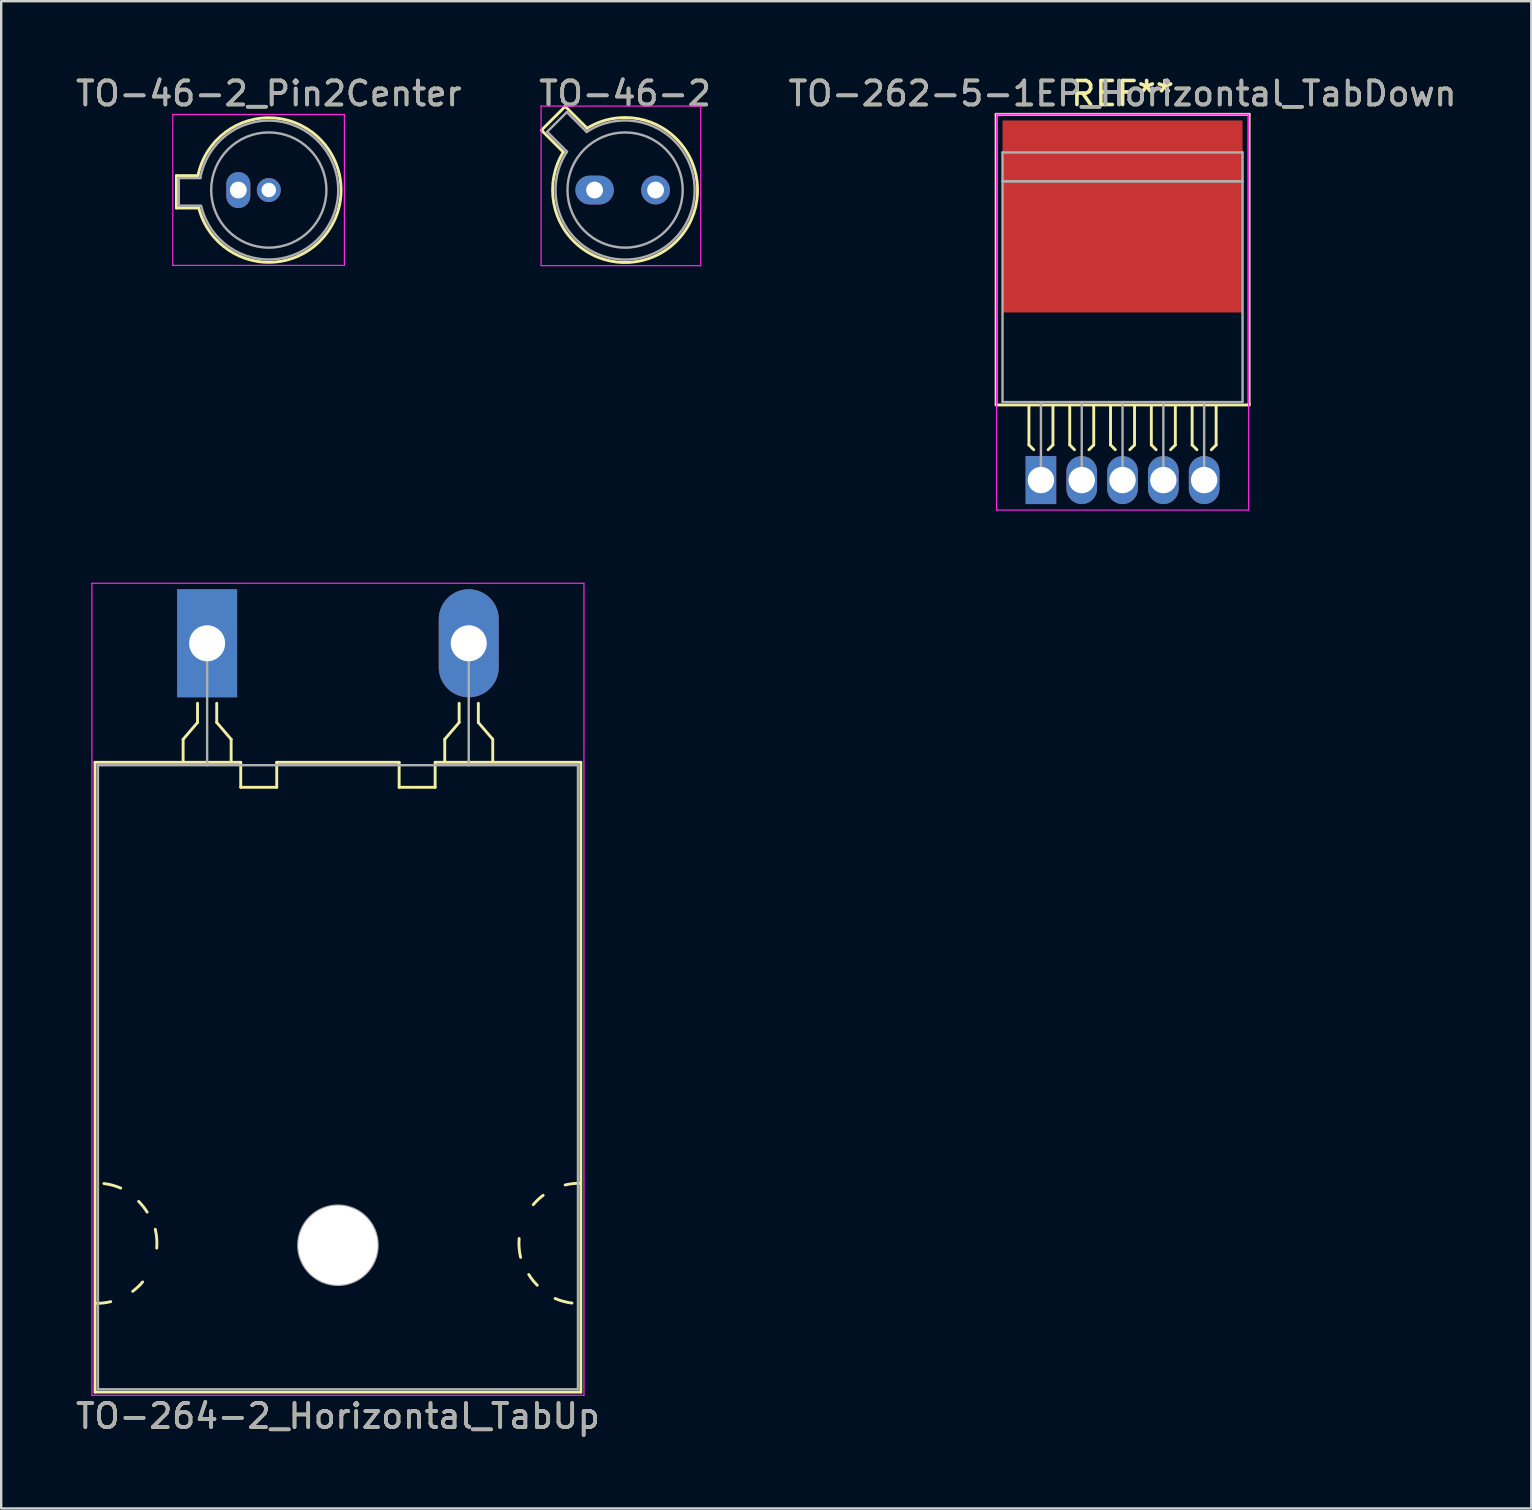
<source format=kicad_pcb>
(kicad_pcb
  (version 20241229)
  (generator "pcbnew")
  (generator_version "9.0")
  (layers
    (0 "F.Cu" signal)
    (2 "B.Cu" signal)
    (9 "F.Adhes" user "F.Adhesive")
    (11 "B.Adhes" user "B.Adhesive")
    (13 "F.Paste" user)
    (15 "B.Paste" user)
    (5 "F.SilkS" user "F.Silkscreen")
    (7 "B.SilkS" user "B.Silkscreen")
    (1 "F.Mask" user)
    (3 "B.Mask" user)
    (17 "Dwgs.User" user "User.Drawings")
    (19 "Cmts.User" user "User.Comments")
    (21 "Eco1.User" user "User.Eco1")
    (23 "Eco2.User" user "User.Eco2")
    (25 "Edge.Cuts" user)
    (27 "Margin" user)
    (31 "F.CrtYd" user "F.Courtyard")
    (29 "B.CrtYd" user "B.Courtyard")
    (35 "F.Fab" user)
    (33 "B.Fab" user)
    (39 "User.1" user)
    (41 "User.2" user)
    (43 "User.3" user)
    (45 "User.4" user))
  (footprint "TO-262-5-1EP_Horizontal_TabDown"
    (layer "F.Cu")
    (at 40.32 16.952)
    (property "Reference" "TO-262-5-1EP_Horizontal_TabDown" (at 3.4 -16.103 0) (layer "F.SilkS") (effects (font (size 1 1) (thickness 0.15))))
    (attr through_hole)
    (fp_line (start -1.867 -15.24) (end 8.674 -15.24) (stroke (width 0.12) (type solid)) (layer "F.SilkS"))
    (fp_line (start -1.867 -3.13) (end -1.867 -15.24) (stroke (width 0.12) (type solid)) (layer "F.SilkS"))
    (fp_line (start -1.867 -3.13) (end 8.674 -3.13) (stroke (width 0.12) (type solid)) (layer "F.SilkS"))
    (fp_line (start -0.5 -3.111) (end -0.5 -1.464) (stroke (width 0.12) (type solid)) (layer "F.SilkS"))
    (fp_line (start -0.5 -1.464) (end -0.3 -1.264) (stroke (width 0.12) (type solid)) (layer "F.SilkS"))
    (fp_line (start 0.5 -3.111) (end 0.5 -1.464) (stroke (width 0.12) (type solid)) (layer "F.SilkS"))
    (fp_line (start 0.5 -1.464) (end 0.3 -1.264) (stroke (width 0.12) (type solid)) (layer "F.SilkS"))
    (fp_line (start 1.2 -3.111) (end 1.2 -1.464) (stroke (width 0.12) (type solid)) (layer "F.SilkS"))
    (fp_line (start 1.2 -1.464) (end 1.4 -1.264) (stroke (width 0.12) (type solid)) (layer "F.SilkS"))
    (fp_line (start 2.2 -3.111) (end 2.2 -1.464) (stroke (width 0.12) (type solid)) (layer "F.SilkS"))
    (fp_line (start 2.2 -1.464) (end 2 -1.264) (stroke (width 0.12) (type solid)) (layer "F.SilkS"))
    (fp_line (start 2.9 -3.111) (end 2.9 -1.464) (stroke (width 0.12) (type solid)) (layer "F.SilkS"))
    (fp_line (start 2.9 -1.464) (end 3.1 -1.264) (stroke (width 0.12) (type solid)) (layer "F.SilkS"))
    (fp_line (start 3.9 -3.111) (end 3.9 -1.464) (stroke (width 0.12) (type solid)) (layer "F.SilkS"))
    (fp_line (start 3.9 -1.464) (end 3.7 -1.264) (stroke (width 0.12) (type solid)) (layer "F.SilkS"))
    (fp_line (start 4.6 -3.111) (end 4.6 -1.464) (stroke (width 0.12) (type solid)) (layer "F.SilkS"))
    (fp_line (start 4.6 -1.464) (end 4.8 -1.264) (stroke (width 0.12) (type solid)) (layer "F.SilkS"))
    (fp_line (start 5.6 -3.111) (end 5.6 -1.464) (stroke (width 0.12) (type solid)) (layer "F.SilkS"))
    (fp_line (start 5.6 -1.464) (end 5.4 -1.264) (stroke (width 0.12) (type solid)) (layer "F.SilkS"))
    (fp_line (start 6.3 -3.111) (end 6.3 -1.464) (stroke (width 0.12) (type solid)) (layer "F.SilkS"))
    (fp_line (start 6.3 -1.464) (end 6.5 -1.264) (stroke (width 0.12) (type solid)) (layer "F.SilkS"))
    (fp_line (start 7.3 -3.111) (end 7.3 -1.464) (stroke (width 0.12) (type solid)) (layer "F.SilkS"))
    (fp_line (start 7.3 -1.464) (end 7.1 -1.264) (stroke (width 0.12) (type solid)) (layer "F.SilkS"))
    (fp_line (start 8.674 -15.24) (end 8.674 -3.175) (stroke (width 0.12) (type solid)) (layer "F.SilkS"))
    (fp_line (start 8.674 -3.175) (end 8.674 -3.13) (stroke (width 0.12) (type solid)) (layer "F.SilkS"))
    (fp_line (start -1.85 -15.24) (end -1.85 1.25) (stroke (width 0.05) (type solid)) (layer "F.CrtYd"))
    (fp_line (start -1.85 1.25) (end 8.65 1.25) (stroke (width 0.05) (type solid)) (layer "F.CrtYd"))
    (fp_line (start 8.65 -15.24) (end -1.85 -15.24) (stroke (width 0.05) (type solid)) (layer "F.CrtYd"))
    (fp_line (start 8.65 1.25) (end 8.65 -15.24) (stroke (width 0.05) (type solid)) (layer "F.CrtYd"))
    (fp_line (start -1.6 -13.65) (end 8.4 -13.65) (stroke (width 0.1) (type solid)) (layer "F.Fab"))
    (fp_line (start -1.6 -12.45) (end -1.6 -13.65) (stroke (width 0.1) (type solid)) (layer "F.Fab"))
    (fp_line (start -1.6 -12.45) (end 8.4 -12.45) (stroke (width 0.1) (type solid)) (layer "F.Fab"))
    (fp_line (start -1.6 -3.25) (end -1.6 -12.45) (stroke (width 0.1) (type solid)) (layer "F.Fab"))
    (fp_line (start 0 -3.25) (end 0 0) (stroke (width 0.1) (type solid)) (layer "F.Fab"))
    (fp_line (start 1.7 -3.25) (end 1.7 0) (stroke (width 0.1) (type solid)) (layer "F.Fab"))
    (fp_line (start 3.4 -3.25) (end 3.4 0) (stroke (width 0.1) (type solid)) (layer "F.Fab"))
    (fp_line (start 5.1 -3.25) (end 5.1 0) (stroke (width 0.1) (type solid)) (layer "F.Fab"))
    (fp_line (start 6.8 -3.25) (end 6.8 0) (stroke (width 0.1) (type solid)) (layer "F.Fab"))
    (fp_line (start 8.4 -13.65) (end 8.4 -12.45) (stroke (width 0.1) (type solid)) (layer "F.Fab"))
    (fp_line (start 8.4 -12.45) (end -1.6 -12.45) (stroke (width 0.1) (type solid)) (layer "F.Fab"))
    (fp_line (start 8.4 -12.45) (end 8.4 -3.25) (stroke (width 0.1) (type solid)) (layer "F.Fab"))
    (fp_line (start 8.4 -3.25) (end -1.6 -3.25) (stroke (width 0.1) (type solid)) (layer "F.Fab"))
    (fp_text user "REF**" (at 3.404 -16.103 0) (layer "F.SilkS") (effects (font (size 1 1) (thickness 0.15))))
    (fp_text user "${REFERENCE}" (at 3.4 -16.103 0) (layer "F.Fab") (effects (font (size 1 1) (thickness 0.15))))
    (pad "1" thru_hole rect (at 0 0) (size 1.275 2) (drill 1.1) (layers "*.Cu" "*.Mask"))
    (pad "2" thru_hole oval (at 1.7 0) (size 1.275 2) (drill 1.1) (layers "*.Cu" "*.Mask"))
    (pad "3" thru_hole oval (at 3.4 0) (size 1.275 2) (drill 1.1) (layers "*.Cu" "*.Mask"))
    (pad "4" thru_hole oval (at 5.1 0) (size 1.275 2) (drill 1.1) (layers "*.Cu" "*.Mask"))
    (pad "5" thru_hole oval (at 6.8 0) (size 1.275 2) (drill 1.1) (layers "*.Cu" "*.Mask"))
    (pad "6" smd rect (at 3.4 -10.983) (size 10 8) (layers "F.Cu" "F.Mask" "F.Paste")))
  (footprint "TO-46-2"
    (layer "F.Cu")
    (at 21.724 4.868)
    (property "Reference" "TO-46-2" (at 1.27 -4.02 0) (layer "F.SilkS") (effects (font (size 1 1) (thickness 0.15))))
    (attr through_hole)
    (fp_line (start -2.214 -2.494) (end -1.302 -1.582) (stroke (width 0.12) (type solid)) (layer "F.SilkS"))
    (fp_line (start -1.224 -3.484) (end -2.214 -2.494) (stroke (width 0.12) (type solid)) (layer "F.SilkS"))
    (fp_line (start -0.312 -2.572) (end -1.224 -3.484) (stroke (width 0.12) (type solid)) (layer "F.SilkS"))
    (fp_arc (start -0.312331 -2.572281) (mid 3.405374 2.135551) (end -1.30215 -1.582544) (stroke (width 0.12) (type solid)) (layer "F.SilkS"))
    (fp_line (start -2.23 -3.5) (end -2.23 3.15) (stroke (width 0.05) (type solid)) (layer "F.CrtYd"))
    (fp_line (start -2.23 3.15) (end 4.42 3.15) (stroke (width 0.05) (type solid)) (layer "F.CrtYd"))
    (fp_line (start 4.42 -3.5) (end -2.23 -3.5) (stroke (width 0.05) (type solid)) (layer "F.CrtYd"))
    (fp_line (start 4.42 3.15) (end 4.42 -3.5) (stroke (width 0.05) (type solid)) (layer "F.CrtYd"))
    (fp_line (start -1.977 -2.426) (end -1.149 -1.599) (stroke (width 0.1) (type solid)) (layer "F.Fab"))
    (fp_line (start -1.156 -3.247) (end -1.977 -2.426) (stroke (width 0.1) (type solid)) (layer "F.Fab"))
    (fp_line (start -0.329 -2.419) (end -1.156 -3.247) (stroke (width 0.1) (type solid)) (layer "F.Fab"))
    (fp_arc (start -0.329057 -2.419301) (mid 3.321076 2.050143) (end -1.150029 -1.597956) (stroke (width 0.1) (type solid)) (layer "F.Fab"))
    (fp_circle (center 1.27 0) (end 3.67 0) (stroke (width 0.1) (type solid)) (fill no) (layer "F.Fab"))
    (fp_text user "${REFERENCE}" (at 1.27 -4.02 0) (layer "F.Fab") (effects (font (size 1 1) (thickness 0.15))))
    (pad "1" thru_hole oval (at 0 0) (size 1.6 1.2) (drill 0.7) (layers "*.Cu" "*.Mask"))
    (pad "2" thru_hole oval (at 2.54 0) (size 1.2 1.2) (drill 0.7) (layers "*.Cu" "*.Mask")))
  (footprint "TO-264-2_Horizontal_TabUp"
    (layer "F.Cu")
    (at 5.58 23.752)
    (property "Reference" "TO-264-2_Horizontal_TabUp" (at 5.45 32.2 0) (layer "F.SilkS") (effects (font (size 1 1) (thickness 0.15))))
    (attr through_hole)
    (fp_line (start -4.67 31.2) (end -4.67 4.96) (stroke (width 0.12) (type solid)) (layer "F.SilkS"))
    (fp_line (start -1 4) (end -1 4.9) (stroke (width 0.12) (type solid)) (layer "F.SilkS"))
    (fp_line (start -0.4 2.5) (end -0.4 3.3) (stroke (width 0.12) (type solid)) (layer "F.SilkS"))
    (fp_line (start -0.4 3.3) (end -1 4) (stroke (width 0.12) (type solid)) (layer "F.SilkS"))
    (fp_line (start 0.4 3.3) (end 0.4 2.5) (stroke (width 0.12) (type solid)) (layer "F.SilkS"))
    (fp_line (start 1 4) (end 0.4 3.3) (stroke (width 0.12) (type solid)) (layer "F.SilkS"))
    (fp_line (start 1 4.9) (end 1 4) (stroke (width 0.12) (type solid)) (layer "F.SilkS"))
    (fp_line (start 1.4 4.96) (end -4.67 4.96) (stroke (width 0.12) (type solid)) (layer "F.SilkS"))
    (fp_line (start 1.4 4.96) (end 1.4 6) (stroke (width 0.12) (type solid)) (layer "F.SilkS"))
    (fp_line (start 1.4 6) (end 2.9 6) (stroke (width 0.12) (type solid)) (layer "F.SilkS"))
    (fp_line (start 2.9 6) (end 2.9 4.96) (stroke (width 0.12) (type solid)) (layer "F.SilkS"))
    (fp_line (start 8 4.96) (end 2.9 4.96) (stroke (width 0.12) (type solid)) (layer "F.SilkS"))
    (fp_line (start 8 6) (end 8 4.96) (stroke (width 0.12) (type solid)) (layer "F.SilkS"))
    (fp_line (start 9.5 4.96) (end 9.5 6) (stroke (width 0.12) (type solid)) (layer "F.SilkS"))
    (fp_line (start 9.5 6) (end 8 6) (stroke (width 0.12) (type solid)) (layer "F.SilkS"))
    (fp_line (start 9.9 4) (end 9.9 4.9) (stroke (width 0.12) (type solid)) (layer "F.SilkS"))
    (fp_line (start 10.5 2.5) (end 10.5 3.3) (stroke (width 0.12) (type solid)) (layer "F.SilkS"))
    (fp_line (start 10.5 3.3) (end 9.9 4) (stroke (width 0.12) (type solid)) (layer "F.SilkS"))
    (fp_line (start 11.3 3.3) (end 11.3 2.5) (stroke (width 0.12) (type solid)) (layer "F.SilkS"))
    (fp_line (start 11.9 4) (end 11.3 3.3) (stroke (width 0.12) (type solid)) (layer "F.SilkS"))
    (fp_line (start 11.9 4.9) (end 11.9 4) (stroke (width 0.12) (type solid)) (layer "F.SilkS"))
    (fp_line (start 15.57 4.96) (end 9.5 4.96) (stroke (width 0.12) (type solid)) (layer "F.SilkS"))
    (fp_line (start 15.57 31.2) (end -4.67 31.2) (stroke (width 0.12) (type solid)) (layer "F.SilkS"))
    (fp_line (start 15.57 31.2) (end 15.57 4.96) (stroke (width 0.12) (type solid)) (layer "F.SilkS"))
    (fp_arc (start -4.301186 22.509879) (mid -3.943673 22.579416) (end -3.600001 22.700001) (stroke (width 0.12) (type solid)) (layer "F.SilkS"))
    (fp_arc (start -4.016568 27.430968) (mid -4.306249 27.482682) (end -4.6 27.5) (stroke (width 0.12) (type solid)) (layer "F.SilkS"))
    (fp_arc (start -2.853576 23.253576) (mid -2.663879 23.466564) (end -2.500001 23.700001) (stroke (width 0.12) (type solid)) (layer "F.SilkS"))
    (fp_arc (start -2.687722 26.610338) (mid -2.882773 26.8169) (end -3.1 26.999999) (stroke (width 0.12) (type solid)) (layer "F.SilkS"))
    (fp_arc (start -2.161266 24.414703) (mid -2.099611 24.804931) (end -2.100001 25.199999) (stroke (width 0.12) (type solid)) (layer "F.SilkS"))
    (fp_arc (start 13.061266 25.585297) (mid 12.999611 25.195069) (end 13.000001 24.800001) (stroke (width 0.12) (type solid)) (layer "F.SilkS"))
    (fp_arc (start 13.587722 23.389662) (mid 13.782773 23.1831) (end 14 23.000001) (stroke (width 0.12) (type solid)) (layer "F.SilkS"))
    (fp_arc (start 13.753576 26.746424) (mid 13.563879 26.533436) (end 13.400001 26.299999) (stroke (width 0.12) (type solid)) (layer "F.SilkS"))
    (fp_arc (start 14.916568 22.569032) (mid 15.206249 22.517318) (end 15.5 22.5) (stroke (width 0.12) (type solid)) (layer "F.SilkS"))
    (fp_arc (start 15.201186 27.490121) (mid 14.843673 27.420584) (end 14.500001 27.299999) (stroke (width 0.12) (type solid)) (layer "F.SilkS"))
    (fp_line (start -4.8 -2.5) (end -4.8 31.33) (stroke (width 0.05) (type solid)) (layer "F.CrtYd"))
    (fp_line (start -4.8 31.33) (end 15.7 31.33) (stroke (width 0.05) (type solid)) (layer "F.CrtYd"))
    (fp_line (start 15.7 -2.5) (end -4.8 -2.5) (stroke (width 0.05) (type solid)) (layer "F.CrtYd"))
    (fp_line (start 15.7 31.33) (end 15.7 -2.5) (stroke (width 0.05) (type solid)) (layer "F.CrtYd"))
    (fp_line (start -4.55 5.08) (end -4.55 31.08) (stroke (width 0.1) (type solid)) (layer "F.Fab"))
    (fp_line (start -4.55 31.08) (end 15.45 31.08) (stroke (width 0.1) (type solid)) (layer "F.Fab"))
    (fp_line (start 0 5.08) (end 0 0) (stroke (width 0.1) (type solid)) (layer "F.Fab"))
    (fp_line (start 10.9 5.08) (end 10.9 0) (stroke (width 0.1) (type solid)) (layer "F.Fab"))
    (fp_line (start 15.45 5.08) (end -4.55 5.08) (stroke (width 0.1) (type solid)) (layer "F.Fab"))
    (fp_line (start 15.45 31.08) (end 15.45 5.08) (stroke (width 0.1) (type solid)) (layer "F.Fab"))
    (fp_circle (center 5.45 25.08) (end 7.1 25.08) (stroke (width 0.1) (type solid)) (fill no) (layer "F.Fab"))
    (fp_text user "${REFERENCE}" (at 5.45 32.2 0) (layer "F.Fab") (effects (font (size 1 1) (thickness 0.15))))
    (pad "" np_thru_hole oval (at 5.45 25.08) (size 3.3 3.3) (drill 3.3) (layers "*.Cu" "*.Mask"))
    (pad "1" thru_hole rect (at 0 0) (size 2.5 4.5) (drill 1.5) (layers "*.Cu" "*.Mask"))
    (pad "2" thru_hole oval (at 10.9 0) (size 2.5 4.5) (drill 1.5) (layers "*.Cu" "*.Mask")))
  (footprint "TO-46-2_Pin2Center"
    (layer "F.Cu")
    (at 6.879 4.868)
    (property "Reference" "TO-46-2_Pin2Center" (at 1.27 -4.02 0) (layer "F.SilkS") (effects (font (size 1 1) (thickness 0.15))))
    (attr through_hole)
    (fp_line (start -2.58 -0.6) (end -2.58 0.75) (stroke (width 0.12) (type solid)) (layer "F.SilkS"))
    (fp_line (start -2.58 0.75) (end -1.68 0.75) (stroke (width 0.12) (type solid)) (layer "F.SilkS"))
    (fp_line (start -1.68 -0.6) (end -2.58 -0.6) (stroke (width 0.12) (type solid)) (layer "F.SilkS"))
    (fp_arc (start -1.68 -0.6) (mid 4.279362 -0.078983) (end -1.644465 0.753918) (stroke (width 0.12) (type solid)) (layer "F.SilkS"))
    (fp_line (start -2.73 -3.15) (end -2.73 3.14) (stroke (width 0.05) (type solid)) (layer "F.CrtYd"))
    (fp_line (start -2.73 -3.15) (end 4.42 -3.15) (stroke (width 0.05) (type solid)) (layer "F.CrtYd"))
    (fp_line (start 4.42 3.14) (end -2.73 3.14) (stroke (width 0.05) (type solid)) (layer "F.CrtYd"))
    (fp_line (start 4.42 3.14) (end 4.42 -3.15) (stroke (width 0.05) (type solid)) (layer "F.CrtYd"))
    (fp_line (start -2.48 -0.5) (end -2.48 0.65) (stroke (width 0.1) (type solid)) (layer "F.Fab"))
    (fp_line (start -2.48 0.65) (end -1.58 0.65) (stroke (width 0.1) (type solid)) (layer "F.Fab"))
    (fp_line (start -1.58 -0.5) (end -2.48 -0.5) (stroke (width 0.1) (type solid)) (layer "F.Fab"))
    (fp_arc (start -1.58 -0.5) (mid 4.1624 -0.08076) (end -1.54766 0.65825) (stroke (width 0.1) (type solid)) (layer "F.Fab"))
    (fp_circle (center 1.27 0) (end 3.67 0) (stroke (width 0.1) (type solid)) (fill no) (layer "F.Fab"))
    (fp_text user "${REFERENCE}" (at 1.27 -4.02 0) (layer "F.Fab") (effects (font (size 1 1) (thickness 0.15))))
    (pad "1" thru_hole oval (at 0 0 90) (size 1.5 1) (drill 0.7) (layers "*.Cu" "*.Mask"))
    (pad "2" thru_hole oval (at 1.27 0) (size 1 1) (drill 0.6) (layers "*.Cu" "*.Mask")))
  (gr_rect
    (start -3 -3)
    (end 60.75 59.8)
    (stroke (width 0.1) (type default))
    (fill no)
    (layer "Edge.Cuts")))
</source>
